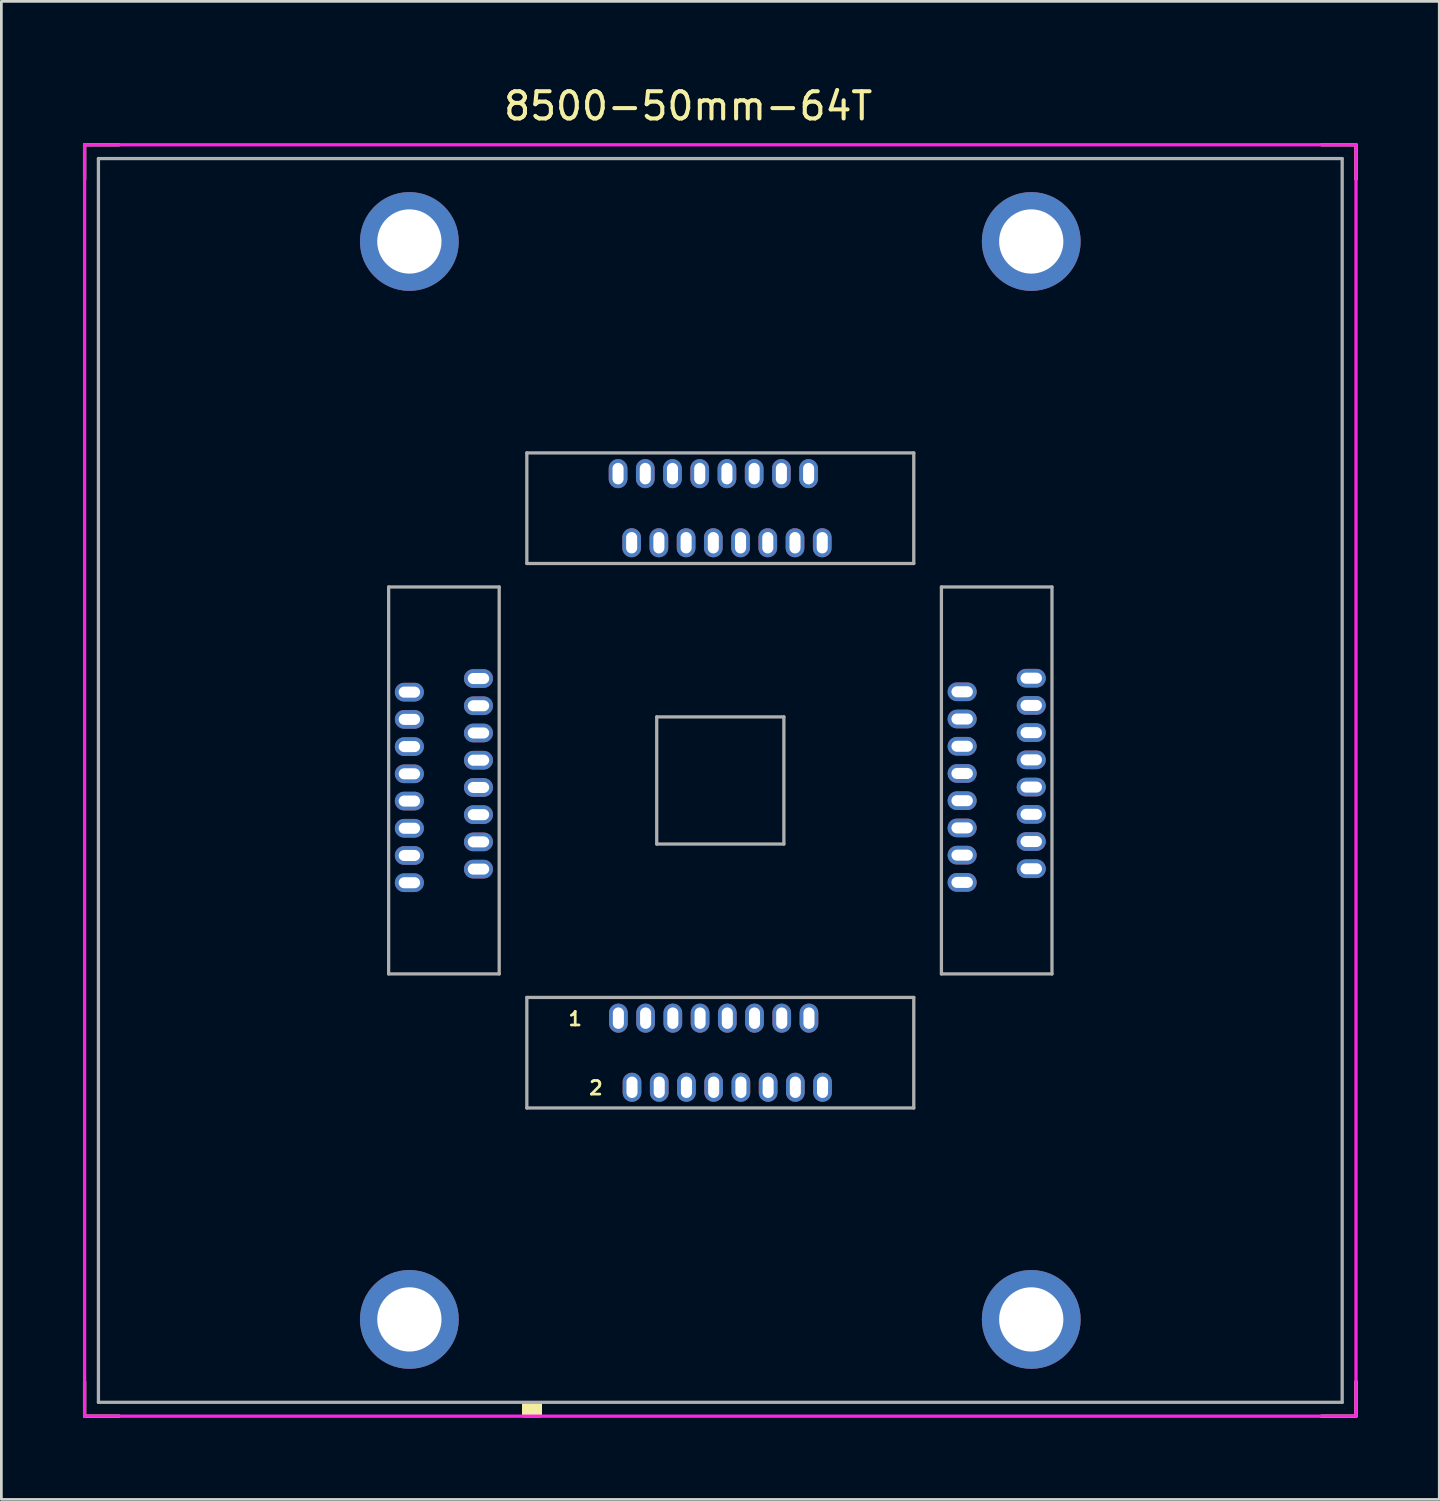
<source format=kicad_pcb>
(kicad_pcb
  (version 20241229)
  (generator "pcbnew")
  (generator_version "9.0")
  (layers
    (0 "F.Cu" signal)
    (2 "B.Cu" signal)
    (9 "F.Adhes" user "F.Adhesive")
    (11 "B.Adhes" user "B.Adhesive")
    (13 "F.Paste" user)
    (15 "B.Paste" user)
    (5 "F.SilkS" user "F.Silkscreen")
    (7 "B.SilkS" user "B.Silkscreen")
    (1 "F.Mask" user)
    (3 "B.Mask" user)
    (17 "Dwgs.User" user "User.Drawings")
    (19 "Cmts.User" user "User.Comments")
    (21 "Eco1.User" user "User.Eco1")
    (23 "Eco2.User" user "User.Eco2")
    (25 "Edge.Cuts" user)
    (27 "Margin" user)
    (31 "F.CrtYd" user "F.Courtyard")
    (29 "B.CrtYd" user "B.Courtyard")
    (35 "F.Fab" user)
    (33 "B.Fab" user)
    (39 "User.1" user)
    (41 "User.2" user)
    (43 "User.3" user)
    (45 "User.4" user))
  (footprint "8500-50mm-64T"
    (layer "F.Cu")
    (at 23.428 25.639)
    (property "Reference" "8500-50mm-64T" (at -1.181 -24.79 0) (layer "F.SilkS") (effects (font (size 1 1) (thickness 0.15))))
    (attr through_hole)
    (fp_line (start -23.368 -23.368) (end -22.098 -23.368) (stroke (width 0.12) (type solid)) (layer "F.SilkS"))
    (fp_line (start -23.368 -22.098) (end -23.368 -23.368) (stroke (width 0.12) (type solid)) (layer "F.SilkS"))
    (fp_line (start -23.368 22.098) (end -23.368 23.368) (stroke (width 0.12) (type solid)) (layer "F.SilkS"))
    (fp_line (start -23.368 23.368) (end -22.098 23.368) (stroke (width 0.12) (type solid)) (layer "F.SilkS"))
    (fp_line (start 22.098 -23.368) (end 23.368 -23.368) (stroke (width 0.12) (type solid)) (layer "F.SilkS"))
    (fp_line (start 22.098 23.368) (end 23.368 23.368) (stroke (width 0.12) (type solid)) (layer "F.SilkS"))
    (fp_line (start 23.368 -23.368) (end 23.368 -22.098) (stroke (width 0.12) (type solid)) (layer "F.SilkS"))
    (fp_line (start 23.368 23.368) (end 23.368 22.098) (stroke (width 0.12) (type solid)) (layer "F.SilkS"))
    (fp_poly (pts (xy -7.239 23.368) (xy -7.239 22.86) (xy -6.604 22.86) (xy -6.604 23.368)) (stroke (width 0.1) (type solid)) (fill yes) (layer "F.SilkS"))
    (fp_line (start -23.368 -23.368) (end -23.368 23.368) (stroke (width 0.12) (type solid)) (layer "F.CrtYd"))
    (fp_line (start -23.368 23.368) (end 23.368 23.368) (stroke (width 0.12) (type solid)) (layer "F.CrtYd"))
    (fp_line (start 23.368 -23.368) (end -23.368 -23.368) (stroke (width 0.12) (type solid)) (layer "F.CrtYd"))
    (fp_line (start 23.368 23.368) (end 23.368 -23.368) (stroke (width 0.12) (type solid)) (layer "F.CrtYd"))
    (fp_line (start -22.86 -22.86) (end -22.86 22.86) (stroke (width 0.12) (type solid)) (layer "F.Fab"))
    (fp_line (start -22.86 22.86) (end 22.86 22.86) (stroke (width 0.12) (type solid)) (layer "F.Fab"))
    (fp_line (start -12.192 -7.112) (end -12.192 7.112) (stroke (width 0.12) (type solid)) (layer "F.Fab"))
    (fp_line (start -8.128 -7.112) (end -12.192 -7.112) (stroke (width 0.12) (type solid)) (layer "F.Fab"))
    (fp_line (start -8.128 -7.112) (end -8.128 7.112) (stroke (width 0.12) (type solid)) (layer "F.Fab"))
    (fp_line (start -8.128 7.112) (end -12.192 7.112) (stroke (width 0.12) (type solid)) (layer "F.Fab"))
    (fp_line (start -7.112 -7.976) (end -7.112 -12.04) (stroke (width 0.12) (type solid)) (layer "F.Fab"))
    (fp_line (start -7.112 7.976) (end -7.112 12.04) (stroke (width 0.12) (type solid)) (layer "F.Fab"))
    (fp_line (start -7.112 7.976) (end 7.112 7.976) (stroke (width 0.12) (type solid)) (layer "F.Fab"))
    (fp_line (start -7.112 12.04) (end 7.112 12.04) (stroke (width 0.12) (type solid)) (layer "F.Fab"))
    (fp_line (start -2.337 -2.337) (end -2.337 2.337) (stroke (width 0.12) (type solid)) (layer "F.Fab"))
    (fp_line (start -2.337 2.337) (end 2.337 2.337) (stroke (width 0.12) (type solid)) (layer "F.Fab"))
    (fp_line (start 2.337 -2.337) (end -2.337 -2.337) (stroke (width 0.12) (type solid)) (layer "F.Fab"))
    (fp_line (start 2.337 2.337) (end 2.337 -2.337) (stroke (width 0.12) (type solid)) (layer "F.Fab"))
    (fp_line (start 7.112 -12.04) (end -7.112 -12.04) (stroke (width 0.12) (type solid)) (layer "F.Fab"))
    (fp_line (start 7.112 -7.976) (end -7.112 -7.976) (stroke (width 0.12) (type solid)) (layer "F.Fab"))
    (fp_line (start 7.112 -7.976) (end 7.112 -12.04) (stroke (width 0.12) (type solid)) (layer "F.Fab"))
    (fp_line (start 7.112 7.976) (end 7.112 12.04) (stroke (width 0.12) (type solid)) (layer "F.Fab"))
    (fp_line (start 8.128 -7.112) (end 12.192 -7.112) (stroke (width 0.12) (type solid)) (layer "F.Fab"))
    (fp_line (start 8.128 7.112) (end 8.128 -7.112) (stroke (width 0.12) (type solid)) (layer "F.Fab"))
    (fp_line (start 8.128 7.112) (end 12.192 7.112) (stroke (width 0.12) (type solid)) (layer "F.Fab"))
    (fp_line (start 12.192 7.112) (end 12.192 -7.112) (stroke (width 0.12) (type solid)) (layer "F.Fab"))
    (fp_line (start 22.86 -22.86) (end -22.86 -22.86) (stroke (width 0.12) (type solid)) (layer "F.Fab"))
    (fp_line (start 22.86 22.86) (end 22.86 -22.86) (stroke (width 0.12) (type solid)) (layer "F.Fab"))
    (fp_text user "2" (at -4.572 11.303 0) (layer "F.SilkS") (effects (font (size 0.5 0.5) (thickness 0.1))))
    (fp_text user "1" (at -5.334 8.763 0) (layer "F.SilkS") (effects (font (size 0.5 0.5) (thickness 0.1))))
    (pad "1" thru_hole oval (at -3.747 8.738) (size 0.686 1.067) (drill oval 0.406 0.787) (layers "*.Cu" "*.Mask"))
    (pad "2" thru_hole oval (at -3.246 11.278) (size 0.686 1.067) (drill oval 0.406 0.787) (layers "*.Cu" "*.Mask"))
    (pad "3" thru_hole oval (at -2.746 8.738) (size 0.686 1.067) (drill oval 0.406 0.787) (layers "*.Cu" "*.Mask"))
    (pad "4" thru_hole oval (at -2.245 11.278) (size 0.686 1.067) (drill oval 0.406 0.787) (layers "*.Cu" "*.Mask"))
    (pad "5" thru_hole oval (at -1.745 8.738) (size 0.686 1.067) (drill oval 0.406 0.787) (layers "*.Cu" "*.Mask"))
    (pad "6" thru_hole oval (at -1.245 11.278) (size 0.686 1.067) (drill oval 0.406 0.787) (layers "*.Cu" "*.Mask"))
    (pad "7" thru_hole oval (at -0.744 8.738) (size 0.686 1.067) (drill oval 0.406 0.787) (layers "*.Cu" "*.Mask"))
    (pad "8" thru_hole oval (at -0.244 11.278) (size 0.686 1.067) (drill oval 0.406 0.787) (layers "*.Cu" "*.Mask"))
    (pad "9" thru_hole oval (at 0.257 8.738) (size 0.686 1.067) (drill oval 0.406 0.787) (layers "*.Cu" "*.Mask"))
    (pad "10" thru_hole oval (at 0.757 11.278) (size 0.686 1.067) (drill oval 0.406 0.787) (layers "*.Cu" "*.Mask"))
    (pad "11" thru_hole oval (at 1.257 8.738) (size 0.686 1.067) (drill oval 0.406 0.787) (layers "*.Cu" "*.Mask"))
    (pad "12" thru_hole oval (at 1.758 11.278) (size 0.686 1.067) (drill oval 0.406 0.787) (layers "*.Cu" "*.Mask"))
    (pad "13" thru_hole oval (at 2.258 8.738) (size 0.686 1.067) (drill oval 0.406 0.787) (layers "*.Cu" "*.Mask"))
    (pad "14" thru_hole oval (at 2.758 11.278) (size 0.686 1.067) (drill oval 0.406 0.787) (layers "*.Cu" "*.Mask"))
    (pad "15" thru_hole oval (at 3.259 8.738) (size 0.686 1.067) (drill oval 0.406 0.787) (layers "*.Cu" "*.Mask"))
    (pad "16" thru_hole oval (at 3.759 11.278) (size 0.686 1.067) (drill oval 0.406 0.787) (layers "*.Cu" "*.Mask"))
    (pad "17" thru_hole oval (at 8.89 3.747 90) (size 0.686 1.067) (drill oval 0.406 0.787) (layers "*.Cu" "*.Mask"))
    (pad "18" thru_hole oval (at 11.43 3.246 90) (size 0.686 1.067) (drill oval 0.406 0.787) (layers "*.Cu" "*.Mask"))
    (pad "19" thru_hole oval (at 8.89 2.746 90) (size 0.686 1.067) (drill oval 0.406 0.787) (layers "*.Cu" "*.Mask"))
    (pad "20" thru_hole oval (at 11.43 2.245 90) (size 0.686 1.067) (drill oval 0.406 0.787) (layers "*.Cu" "*.Mask"))
    (pad "21" thru_hole oval (at 8.89 1.745 90) (size 0.686 1.067) (drill oval 0.406 0.787) (layers "*.Cu" "*.Mask"))
    (pad "22" thru_hole oval (at 11.43 1.245 90) (size 0.686 1.067) (drill oval 0.406 0.787) (layers "*.Cu" "*.Mask"))
    (pad "23" thru_hole oval (at 8.89 0.744 90) (size 0.686 1.067) (drill oval 0.406 0.787) (layers "*.Cu" "*.Mask"))
    (pad "24" thru_hole oval (at 11.43 0.244 90) (size 0.686 1.067) (drill oval 0.406 0.787) (layers "*.Cu" "*.Mask"))
    (pad "25" thru_hole oval (at 8.89 -0.257 90) (size 0.686 1.067) (drill oval 0.406 0.787) (layers "*.Cu" "*.Mask"))
    (pad "26" thru_hole oval (at 11.43 -0.757 90) (size 0.686 1.067) (drill oval 0.406 0.787) (layers "*.Cu" "*.Mask"))
    (pad "27" thru_hole oval (at 8.89 -1.257 90) (size 0.686 1.067) (drill oval 0.406 0.787) (layers "*.Cu" "*.Mask"))
    (pad "28" thru_hole oval (at 11.43 -1.758 90) (size 0.686 1.067) (drill oval 0.406 0.787) (layers "*.Cu" "*.Mask"))
    (pad "29" thru_hole oval (at 8.89 -2.258 90) (size 0.686 1.067) (drill oval 0.406 0.787) (layers "*.Cu" "*.Mask"))
    (pad "30" thru_hole oval (at 11.43 -2.758 90) (size 0.686 1.067) (drill oval 0.406 0.787) (layers "*.Cu" "*.Mask"))
    (pad "31" thru_hole oval (at 8.89 -3.259 90) (size 0.686 1.067) (drill oval 0.406 0.787) (layers "*.Cu" "*.Mask"))
    (pad "32" thru_hole oval (at 11.43 -3.759 90) (size 0.686 1.067) (drill oval 0.406 0.787) (layers "*.Cu" "*.Mask"))
    (pad "33" thru_hole oval (at 3.747 -8.738) (size 0.686 1.067) (drill oval 0.406 0.787) (layers "*.Cu" "*.Mask"))
    (pad "34" thru_hole oval (at 3.246 -11.278) (size 0.686 1.067) (drill oval 0.406 0.787) (layers "*.Cu" "*.Mask"))
    (pad "35" thru_hole oval (at 2.746 -8.738) (size 0.686 1.067) (drill oval 0.406 0.787) (layers "*.Cu" "*.Mask"))
    (pad "36" thru_hole oval (at 2.245 -11.278) (size 0.686 1.067) (drill oval 0.406 0.787) (layers "*.Cu" "*.Mask"))
    (pad "37" thru_hole oval (at 1.745 -8.738) (size 0.686 1.067) (drill oval 0.406 0.787) (layers "*.Cu" "*.Mask"))
    (pad "38" thru_hole oval (at 1.245 -11.278) (size 0.686 1.067) (drill oval 0.406 0.787) (layers "*.Cu" "*.Mask"))
    (pad "39" thru_hole oval (at 0.744 -8.738) (size 0.686 1.067) (drill oval 0.406 0.787) (layers "*.Cu" "*.Mask"))
    (pad "40" thru_hole oval (at 0.244 -11.278) (size 0.686 1.067) (drill oval 0.406 0.787) (layers "*.Cu" "*.Mask"))
    (pad "41" thru_hole oval (at -0.257 -8.738) (size 0.686 1.067) (drill oval 0.406 0.787) (layers "*.Cu" "*.Mask"))
    (pad "42" thru_hole oval (at -0.757 -11.278) (size 0.686 1.067) (drill oval 0.406 0.787) (layers "*.Cu" "*.Mask"))
    (pad "43" thru_hole oval (at -1.257 -8.738) (size 0.686 1.067) (drill oval 0.406 0.787) (layers "*.Cu" "*.Mask"))
    (pad "44" thru_hole oval (at -1.758 -11.278) (size 0.686 1.067) (drill oval 0.406 0.787) (layers "*.Cu" "*.Mask"))
    (pad "45" thru_hole oval (at -2.258 -8.738) (size 0.686 1.067) (drill oval 0.406 0.787) (layers "*.Cu" "*.Mask"))
    (pad "46" thru_hole oval (at -2.758 -11.278) (size 0.686 1.067) (drill oval 0.406 0.787) (layers "*.Cu" "*.Mask"))
    (pad "47" thru_hole oval (at -3.259 -8.738) (size 0.686 1.067) (drill oval 0.406 0.787) (layers "*.Cu" "*.Mask"))
    (pad "48" thru_hole oval (at -3.759 -11.278) (size 0.686 1.067) (drill oval 0.406 0.787) (layers "*.Cu" "*.Mask"))
    (pad "49" thru_hole oval (at -8.89 -3.747 90) (size 0.686 1.067) (drill oval 0.406 0.787) (layers "*.Cu" "*.Mask"))
    (pad "50" thru_hole oval (at -11.43 -3.246 90) (size 0.686 1.067) (drill oval 0.406 0.787) (layers "*.Cu" "*.Mask"))
    (pad "51" thru_hole oval (at -8.89 -2.746 90) (size 0.686 1.067) (drill oval 0.406 0.787) (layers "*.Cu" "*.Mask"))
    (pad "52" thru_hole oval (at -11.43 -2.245 90) (size 0.686 1.067) (drill oval 0.406 0.787) (layers "*.Cu" "*.Mask"))
    (pad "53" thru_hole oval (at -8.89 -1.745 90) (size 0.686 1.067) (drill oval 0.406 0.787) (layers "*.Cu" "*.Mask"))
    (pad "54" thru_hole oval (at -11.43 -1.245 90) (size 0.686 1.067) (drill oval 0.406 0.787) (layers "*.Cu" "*.Mask"))
    (pad "55" thru_hole oval (at -8.89 -0.744 90) (size 0.686 1.067) (drill oval 0.406 0.787) (layers "*.Cu" "*.Mask"))
    (pad "56" thru_hole oval (at -11.43 -0.244 90) (size 0.686 1.067) (drill oval 0.406 0.787) (layers "*.Cu" "*.Mask"))
    (pad "57" thru_hole oval (at -8.89 0.257 90) (size 0.686 1.067) (drill oval 0.406 0.787) (layers "*.Cu" "*.Mask"))
    (pad "58" thru_hole oval (at -11.43 0.757 90) (size 0.686 1.067) (drill oval 0.406 0.787) (layers "*.Cu" "*.Mask"))
    (pad "59" thru_hole oval (at -8.89 1.257 90) (size 0.686 1.067) (drill oval 0.406 0.787) (layers "*.Cu" "*.Mask"))
    (pad "60" thru_hole oval (at -11.43 1.758 90) (size 0.686 1.067) (drill oval 0.406 0.787) (layers "*.Cu" "*.Mask"))
    (pad "61" thru_hole oval (at -8.89 2.258 90) (size 0.686 1.067) (drill oval 0.406 0.787) (layers "*.Cu" "*.Mask"))
    (pad "62" thru_hole oval (at -11.43 2.758 90) (size 0.686 1.067) (drill oval 0.406 0.787) (layers "*.Cu" "*.Mask"))
    (pad "63" thru_hole oval (at -8.89 3.259 90) (size 0.686 1.067) (drill oval 0.406 0.787) (layers "*.Cu" "*.Mask"))
    (pad "64" thru_hole oval (at -11.43 3.759 90) (size 0.686 1.067) (drill oval 0.406 0.787) (layers "*.Cu" "*.Mask"))
    (pad "65" thru_hole circle (at -11.43 19.812) (size 3.632 3.632) (drill 2.362) (layers "*.Cu" "*.Mask"))
    (pad "66" thru_hole circle (at 11.43 19.812) (size 3.632 3.632) (drill 2.362) (layers "*.Cu" "*.Mask"))
    (pad "67" thru_hole circle (at 11.43 -19.812) (size 3.632 3.632) (drill 2.362) (layers "*.Cu" "*.Mask"))
    (pad "68" thru_hole circle (at -11.43 -19.812) (size 3.632 3.632) (drill 2.362) (layers "*.Cu" "*.Mask")))
  (gr_rect
    (start -3 -3)
    (end 49.856 52.067)
    (stroke (width 0.1) (type default))
    (fill no)
    (layer "Edge.Cuts")))
</source>
